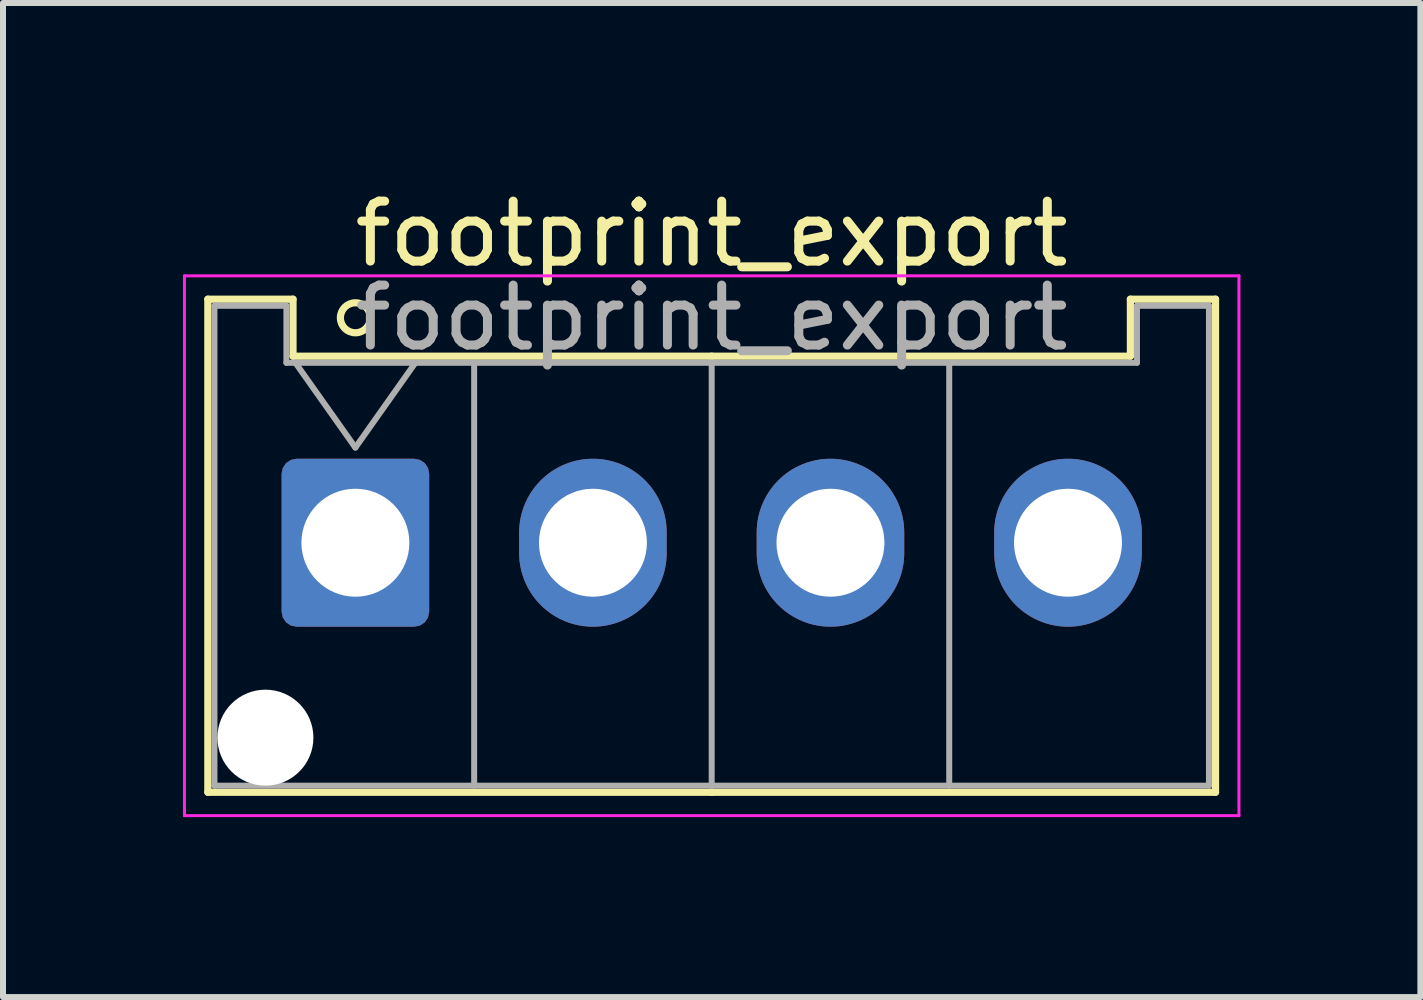
<source format=kicad_pcb>
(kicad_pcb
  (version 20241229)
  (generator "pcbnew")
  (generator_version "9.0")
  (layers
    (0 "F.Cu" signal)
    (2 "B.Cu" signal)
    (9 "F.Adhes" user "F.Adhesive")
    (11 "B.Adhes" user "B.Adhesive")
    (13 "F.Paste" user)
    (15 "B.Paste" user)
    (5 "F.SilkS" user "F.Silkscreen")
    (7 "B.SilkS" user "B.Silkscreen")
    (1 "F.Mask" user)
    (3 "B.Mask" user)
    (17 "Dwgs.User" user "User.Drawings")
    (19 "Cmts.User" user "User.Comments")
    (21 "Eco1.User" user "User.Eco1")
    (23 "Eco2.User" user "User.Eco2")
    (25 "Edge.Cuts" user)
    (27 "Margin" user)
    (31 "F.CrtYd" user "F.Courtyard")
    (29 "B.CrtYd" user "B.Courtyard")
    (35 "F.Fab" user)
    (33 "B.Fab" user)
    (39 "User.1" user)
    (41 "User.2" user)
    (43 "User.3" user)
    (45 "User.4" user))
  (footprint "footprint_export"
    (layer "F.Cu")
    (at 2.875 5.998)
    (property "Reference" "footprint_export" (at 5.94 -5.15 0) (layer "F.SilkS") (effects (font (size 1 1) (thickness 0.15))))
    (attr through_hole)
    (fp_line (start -2.46 -4.06) (end -1.04 -4.06) (stroke (width 0.12) (type solid)) (layer "F.SilkS"))
    (fp_line (start -2.46 4.16) (end -2.46 -4.06) (stroke (width 0.12) (type solid)) (layer "F.SilkS"))
    (fp_line (start -1.04 -4.06) (end -1.04 -3.11) (stroke (width 0.12) (type solid)) (layer "F.SilkS"))
    (fp_line (start -1.04 -3.11) (end 5.94 -3.11) (stroke (width 0.12) (type solid)) (layer "F.SilkS"))
    (fp_line (start 5.94 4.16) (end -2.46 4.16) (stroke (width 0.12) (type solid)) (layer "F.SilkS"))
    (fp_line (start 5.94 4.16) (end 14.34 4.16) (stroke (width 0.12) (type solid)) (layer "F.SilkS"))
    (fp_line (start 12.92 -4.06) (end 12.92 -3.11) (stroke (width 0.12) (type solid)) (layer "F.SilkS"))
    (fp_line (start 12.92 -3.11) (end 5.94 -3.11) (stroke (width 0.12) (type solid)) (layer "F.SilkS"))
    (fp_line (start 14.34 -4.06) (end 12.92 -4.06) (stroke (width 0.12) (type solid)) (layer "F.SilkS"))
    (fp_line (start 14.34 4.16) (end 14.34 -4.06) (stroke (width 0.12) (type solid)) (layer "F.SilkS"))
    (fp_circle (center 0 -3.75) (end 0.25 -3.75) (stroke (width 0.12) (type solid)) (fill no) (layer "F.SilkS"))
    (fp_line (start -2.85 -4.45) (end -2.85 4.55) (stroke (width 0.05) (type solid)) (layer "F.CrtYd"))
    (fp_line (start -2.85 4.55) (end 14.73 4.55) (stroke (width 0.05) (type solid)) (layer "F.CrtYd"))
    (fp_line (start 14.73 -4.45) (end -2.85 -4.45) (stroke (width 0.05) (type solid)) (layer "F.CrtYd"))
    (fp_line (start 14.73 4.55) (end 14.73 -4.45) (stroke (width 0.05) (type solid)) (layer "F.CrtYd"))
    (fp_line (start -2.35 -3.95) (end -1.15 -3.95) (stroke (width 0.1) (type solid)) (layer "F.Fab"))
    (fp_line (start -2.35 4.05) (end -2.35 -3.95) (stroke (width 0.1) (type solid)) (layer "F.Fab"))
    (fp_line (start -1.15 -3.95) (end -1.15 -3) (stroke (width 0.1) (type solid)) (layer "F.Fab"))
    (fp_line (start -1.15 -3) (end 5.94 -3) (stroke (width 0.1) (type solid)) (layer "F.Fab"))
    (fp_line (start -1 -3) (end 0 -1.586) (stroke (width 0.1) (type solid)) (layer "F.Fab"))
    (fp_line (start 0 -1.586) (end 1 -3) (stroke (width 0.1) (type solid)) (layer "F.Fab"))
    (fp_line (start 1.98 -3) (end 1.98 4.05) (stroke (width 0.1) (type solid)) (layer "F.Fab"))
    (fp_line (start 5.94 -3) (end 5.94 4.05) (stroke (width 0.1) (type solid)) (layer "F.Fab"))
    (fp_line (start 5.94 4.05) (end -2.35 4.05) (stroke (width 0.1) (type solid)) (layer "F.Fab"))
    (fp_line (start 5.94 4.05) (end 14.23 4.05) (stroke (width 0.1) (type solid)) (layer "F.Fab"))
    (fp_line (start 9.9 -3) (end 9.9 4.05) (stroke (width 0.1) (type solid)) (layer "F.Fab"))
    (fp_line (start 13.03 -3.95) (end 13.03 -3) (stroke (width 0.1) (type solid)) (layer "F.Fab"))
    (fp_line (start 13.03 -3) (end 5.94 -3) (stroke (width 0.1) (type solid)) (layer "F.Fab"))
    (fp_line (start 14.23 -3.95) (end 13.03 -3.95) (stroke (width 0.1) (type solid)) (layer "F.Fab"))
    (fp_line (start 14.23 4.05) (end 14.23 -3.95) (stroke (width 0.1) (type solid)) (layer "F.Fab"))
    (fp_text user "${REFERENCE}" (at 5.94 -3.75 0) (layer "F.Fab") (effects (font (size 1 1) (thickness 0.15))))
    (pad "" np_thru_hole circle (at -1.5 3.25) (size 1.6 1.6) (drill 1.6) (layers "*.Cu" "*.Mask"))
    (pad "1" thru_hole roundrect (at 0 0) (size 2.46 2.8) (drill 1.8) (layers "*.Cu" "*.Mask") (roundrect_rratio 0.102))
    (pad "2" thru_hole oval (at 3.96 0) (size 2.46 2.8) (drill 1.8) (layers "*.Cu" "*.Mask"))
    (pad "3" thru_hole oval (at 7.92 0) (size 2.46 2.8) (drill 1.8) (layers "*.Cu" "*.Mask"))
    (pad "4" thru_hole oval (at 11.88 0) (size 2.46 2.8) (drill 1.8) (layers "*.Cu" "*.Mask")))
  (gr_rect
    (start -3 -3)
    (end 20.63 13.573)
    (stroke (width 0.1) (type default))
    (fill no)
    (layer "Edge.Cuts")))
</source>
